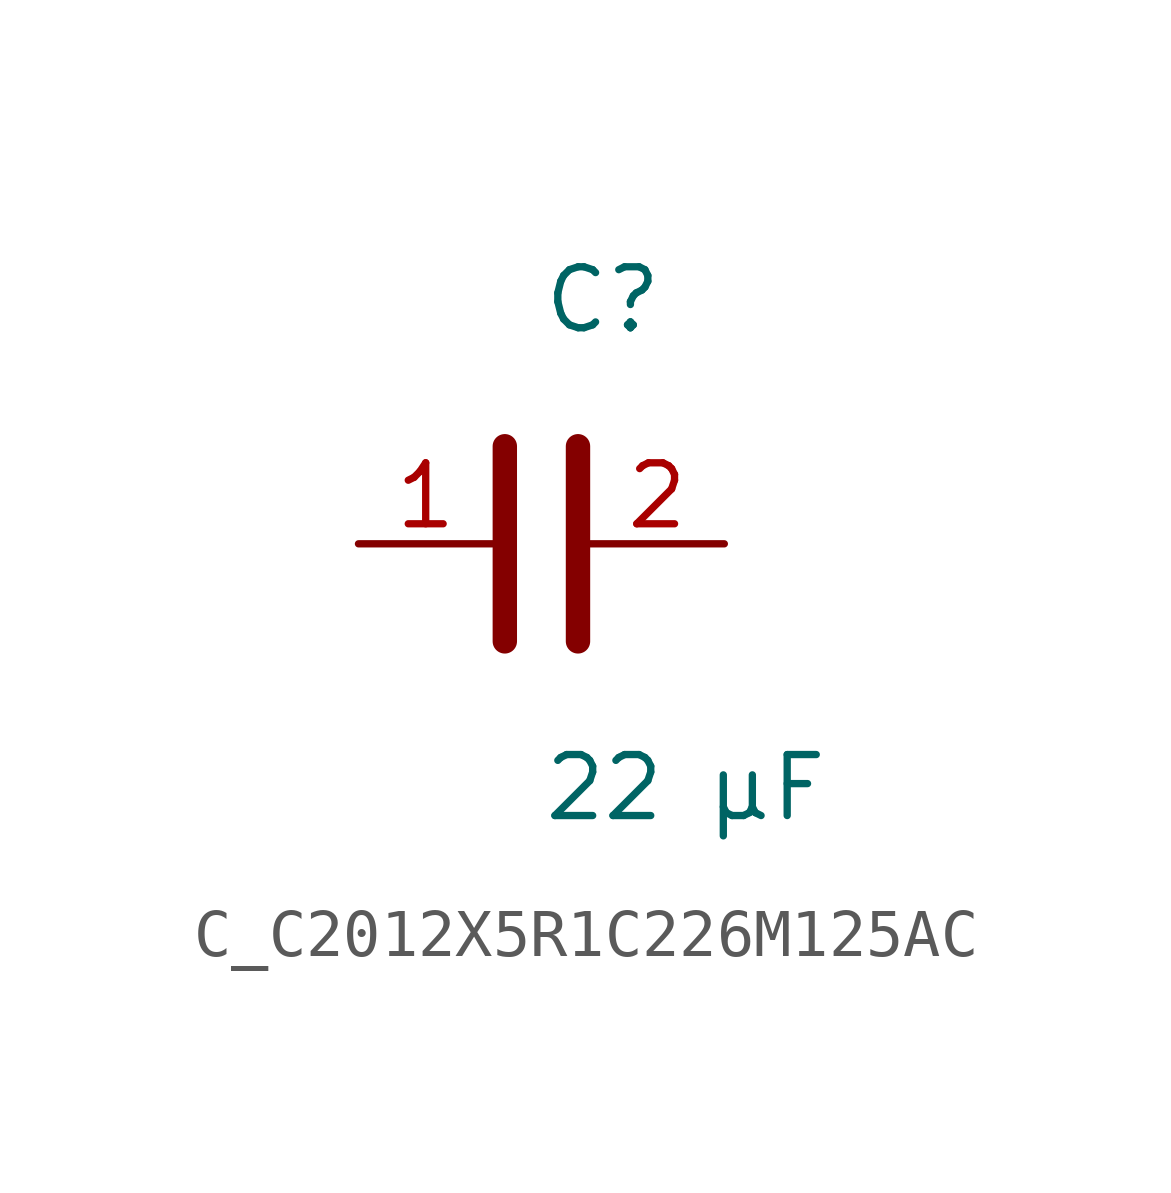
<source format=kicad_sym>
(kicad_symbol_lib
  (version 20231120)
  (generator kicad_symbol_editor)
  (generator_version 8.0)
  (symbol "C_C2012X5R1C226M125AC"
    (pin_names
      (offset 0.254))
    (property "Reference" "C"
      (at 0 5.08 0)
      (effects (font (size 1.27 1.27)) (justify left)))
    (property "Value" "22 µF"
      (at 0 -5.08 0)
      (effects (font (size 1.27 1.27)) (justify left)))
    (symbol "C_C2012X5R1C226M125AC_0_1"
      (polyline (pts (xy -0.762 -2.032) (xy -0.762 2.032)) (stroke (width 0.508) (type default)) (fill (type none)))
      (polyline (pts (xy 0.762 -2.032) (xy 0.762 2.032)) (stroke (width 0.508) (type default)) (fill (type none))))
    (pin unspecified line
      (at -3.81 0 0)
      (length 2.8)
      (name "" (effects (font (size 1.27 1.27))))
      (number "1" (effects (font (size 1.27 1.27)))))
    (pin unspecified line
      (at 3.81 0 180)
      (length 2.8)
      (name "" (effects (font (size 1.27 1.27))))
      (number "2" (effects (font (size 1.27 1.27)))))))
</source>
